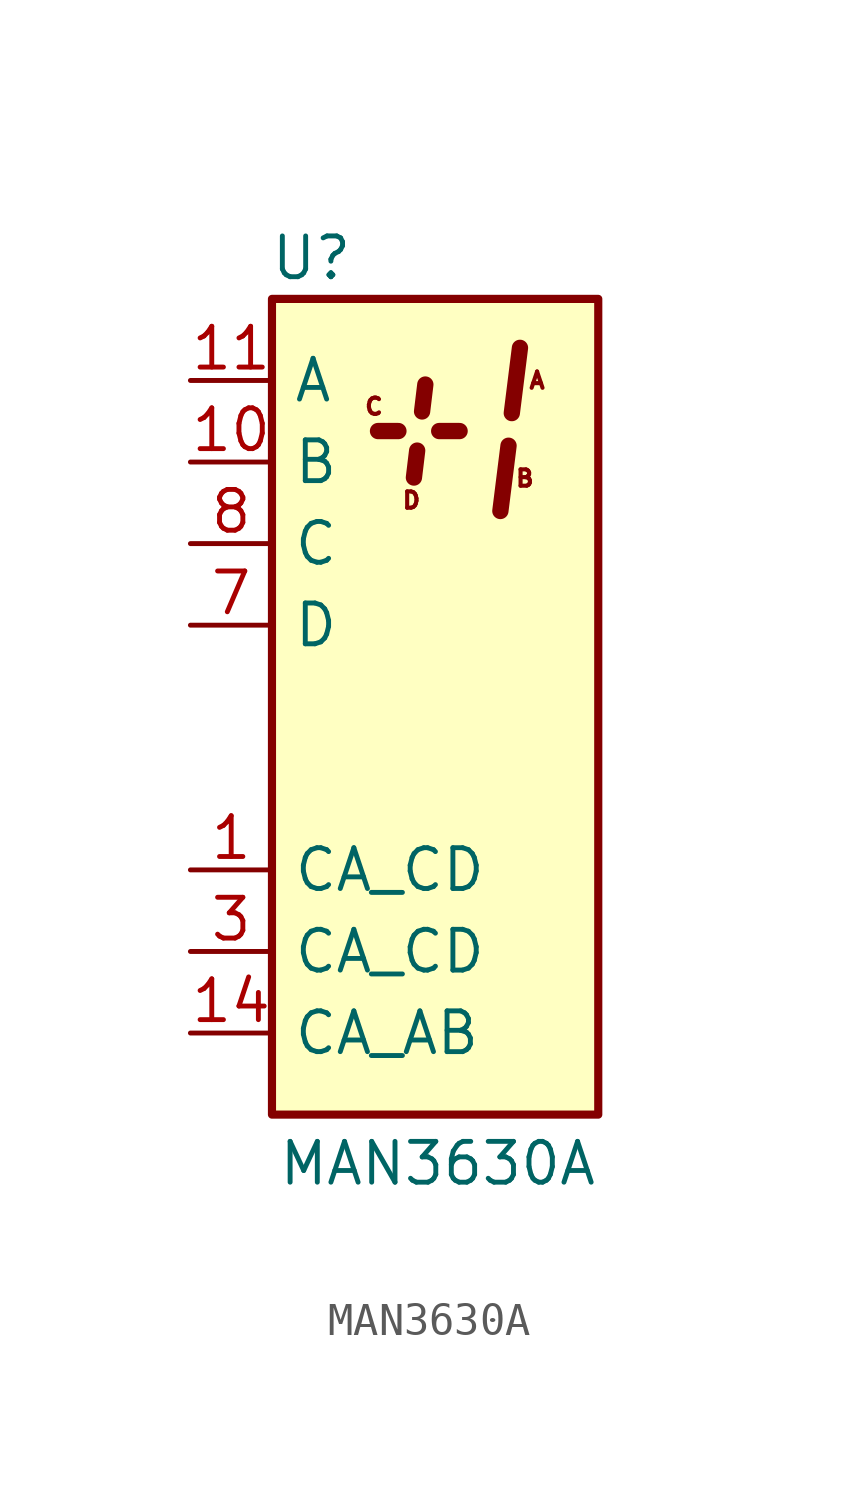
<source format=kicad_sym>
(kicad_symbol_lib
  (version 20200908)
  (generator kicad_symbol_editor)
  (symbol "Display_Character:MAN3630A"
    (pin_names
      (offset 0.635))
    (property "Reference" "U"
      (at -2.54 13.97 0)
      (effects (font (size 1.27 1.27)) (justify right)))
    (property "Value" "MAN3630A"
      (at 5.08 -14.224 0)
      (effects (font (size 1.27 1.27)) (justify right)))
    (symbol "MAN3630A_0_0"
      (text "A" (at 3.175 10.16 0) (effects (font (size 0.508 0.508))))
      (text "B" (at 2.794 7.112 0) (effects (font (size 0.508 0.508))))
      (text "C" (at -1.905 9.347 0) (effects (font (size 0.508 0.508))))
      (text "D" (at -0.737 6.426 0) (effects (font (size 0.508 0.508)))))
    (symbol "MAN3630A_0_1"
      (rectangle (start -5.08 12.7) (end 5.08 -12.7) (stroke (width 0.254)) (fill (type background)))
      (polyline (pts (xy -1.778 8.585) (xy -1.143 8.585)) (stroke (width 0.508)) (fill (type none)))
      (polyline (pts (xy 2.286 8.128) (xy 2.032 6.096)) (stroke (width 0.508)) (fill (type none)))
      (polyline (pts (xy 2.642 11.176) (xy 2.388 9.144)) (stroke (width 0.508)) (fill (type none))))
    (symbol "MAN3630A_1_1"
      (polyline (pts (xy -0.66 7.137) (xy -0.559 7.976)) (stroke (width 0.508)) (fill (type none)))
      (polyline (pts (xy -0.305 10.033) (xy -0.406 9.195)) (stroke (width 0.508)) (fill (type none)))
      (polyline (pts (xy 0.127 8.585) (xy 0.762 8.585)) (stroke (width 0.508)) (fill (type none)))
      (pin input line (at -7.62 -5.08 0) (length 2.54) (name "CA_CD" (effects (font (size 1.27 1.27)))) (number "1" (effects (font (size 1.27 1.27)))))
      (pin input line (at -7.62 7.62 0) (length 2.54) (name "B" (effects (font (size 1.27 1.27)))) (number "10" (effects (font (size 1.27 1.27)))))
      (pin input line (at -7.62 10.16 0) (length 2.54) (name "A" (effects (font (size 1.27 1.27)))) (number "11" (effects (font (size 1.27 1.27)))))
      (pin unconnected line (at 7.62 -7.62 180) (length 2.54) hide (name "NC" (effects (font (size 1.27 1.27)))) (number "12" (effects (font (size 1.27 1.27)))))
      (pin unconnected line (at 7.62 -10.16 180) (length 2.54) hide (name "NC" (effects (font (size 1.27 1.27)))) (number "13" (effects (font (size 1.27 1.27)))))
      (pin input line (at -7.62 -10.16 0) (length 2.54) (name "CA_AB" (effects (font (size 1.27 1.27)))) (number "14" (effects (font (size 1.27 1.27)))))
      (pin unconnected line (at 7.62 5.08 180) (length 2.54) hide (name "NC" (effects (font (size 1.27 1.27)))) (number "2" (effects (font (size 1.27 1.27)))))
      (pin input line (at -7.62 -7.62 0) (length 2.54) (name "CA_CD" (effects (font (size 1.27 1.27)))) (number "3" (effects (font (size 1.27 1.27)))))
      (pin unconnected line (at 7.62 2.54 180) (length 2.54) hide (name "NC" (effects (font (size 1.27 1.27)))) (number "4" (effects (font (size 1.27 1.27)))))
      (pin unconnected line (at 7.62 0 180) (length 2.54) hide (name "NC" (effects (font (size 1.27 1.27)))) (number "5" (effects (font (size 1.27 1.27)))))
      (pin unconnected line (at 7.62 -2.54 180) (length 2.54) hide (name "NC" (effects (font (size 1.27 1.27)))) (number "6" (effects (font (size 1.27 1.27)))))
      (pin input line (at -7.62 2.54 0) (length 2.54) (name "D" (effects (font (size 1.27 1.27)))) (number "7" (effects (font (size 1.27 1.27)))))
      (pin input line (at -7.62 5.08 0) (length 2.54) (name "C" (effects (font (size 1.27 1.27)))) (number "8" (effects (font (size 1.27 1.27)))))
      (pin unconnected line (at 7.62 -5.08 180) (length 2.54) hide (name "NC" (effects (font (size 1.27 1.27)))) (number "9" (effects (font (size 1.27 1.27))))))))
</source>
